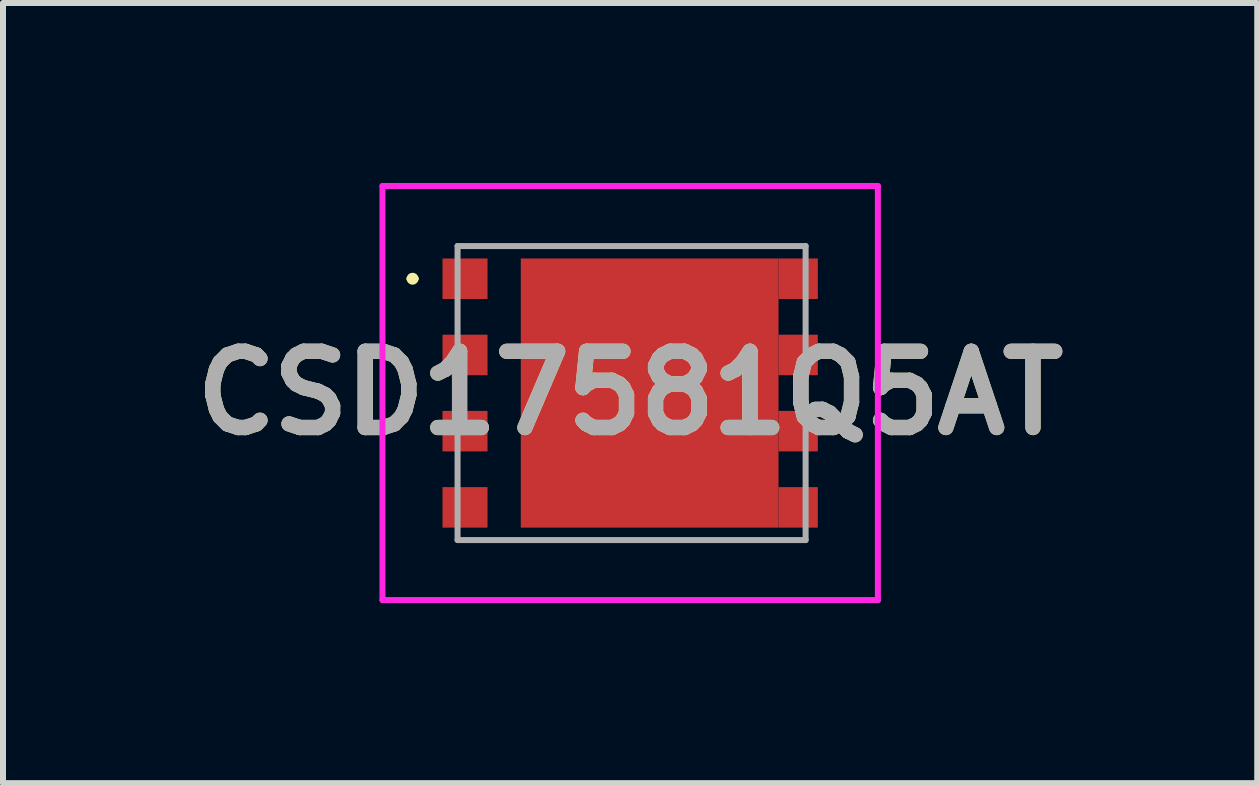
<source format=kicad_pcb>
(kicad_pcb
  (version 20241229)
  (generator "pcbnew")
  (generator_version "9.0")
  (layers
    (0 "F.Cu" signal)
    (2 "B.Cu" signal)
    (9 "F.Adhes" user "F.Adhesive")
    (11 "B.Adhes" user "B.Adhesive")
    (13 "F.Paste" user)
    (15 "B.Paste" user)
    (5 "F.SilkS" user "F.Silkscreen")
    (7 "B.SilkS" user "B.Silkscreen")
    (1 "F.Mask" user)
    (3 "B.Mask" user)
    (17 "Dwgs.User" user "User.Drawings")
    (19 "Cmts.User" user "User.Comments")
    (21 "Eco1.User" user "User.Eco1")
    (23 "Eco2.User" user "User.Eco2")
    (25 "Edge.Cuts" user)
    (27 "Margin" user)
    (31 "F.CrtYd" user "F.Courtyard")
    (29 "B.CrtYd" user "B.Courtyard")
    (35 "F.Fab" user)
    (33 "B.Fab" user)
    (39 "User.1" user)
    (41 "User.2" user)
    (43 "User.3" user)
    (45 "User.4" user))
  (footprint "CSD17581Q5AT"
    (layer "F.Cu")
    (at 7.475 3.5)
    (property "Reference" "CSD17581Q5AT" (at -0.024 0 0) (layer "F.SilkS") (effects (font (size 1.27 1.27) (thickness 0.254))))
    (attr smd)
    (fp_line (start -3.7 -1.905) (end -3.7 -1.905) (stroke (width 0.1) (type solid)) (layer "F.SilkS"))
    (fp_line (start -3.6 -1.905) (end -3.6 -1.905) (stroke (width 0.1) (type solid)) (layer "F.SilkS"))
    (fp_arc (start -3.7 -1.905) (mid -3.65 -1.955) (end -3.6 -1.905) (stroke (width 0.1) (type solid)) (layer "F.SilkS"))
    (fp_arc (start -3.6 -1.905) (mid -3.65 -1.855) (end -3.7 -1.905) (stroke (width 0.1) (type solid)) (layer "F.SilkS"))
    (fp_line (start -4.151 -3.45) (end 4.104 -3.45) (stroke (width 0.1) (type solid)) (layer "F.CrtYd"))
    (fp_line (start -4.151 3.45) (end -4.151 -3.45) (stroke (width 0.1) (type solid)) (layer "F.CrtYd"))
    (fp_line (start 4.104 -3.45) (end 4.104 3.45) (stroke (width 0.1) (type solid)) (layer "F.CrtYd"))
    (fp_line (start 4.104 3.45) (end -4.151 3.45) (stroke (width 0.1) (type solid)) (layer "F.CrtYd"))
    (fp_line (start -2.9 -2.45) (end 2.9 -2.45) (stroke (width 0.1) (type solid)) (layer "F.Fab"))
    (fp_line (start -2.9 2.45) (end -2.9 -2.45) (stroke (width 0.1) (type solid)) (layer "F.Fab"))
    (fp_line (start 2.9 -2.45) (end 2.9 2.45) (stroke (width 0.1) (type solid)) (layer "F.Fab"))
    (fp_line (start 2.9 2.45) (end -2.9 2.45) (stroke (width 0.1) (type solid)) (layer "F.Fab"))
    (fp_text user "${REFERENCE}" (at -0.024 0 0) (layer "F.Fab") (effects (font (size 1.27 1.27) (thickness 0.254))))
    (pad "1" smd rect (at -2.776 -1.905 90) (size 0.675 0.75) (layers "F.Cu" "F.Mask" "F.Paste"))
    (pad "2" smd rect (at -2.776 -0.635 90) (size 0.675 0.75) (layers "F.Cu" "F.Mask" "F.Paste"))
    (pad "3" smd rect (at -2.776 0.635 90) (size 0.675 0.75) (layers "F.Cu" "F.Mask" "F.Paste"))
    (pad "4" smd rect (at -2.776 1.905 90) (size 0.675 0.75) (layers "F.Cu" "F.Mask" "F.Paste"))
    (pad "5" smd rect (at 2.776 1.905) (size 0.655 0.675) (layers "F.Cu" "F.Mask" "F.Paste"))
    (pad "6" smd rect (at 2.776 0.635) (size 0.655 0.675) (layers "F.Cu" "F.Mask" "F.Paste"))
    (pad "7" smd rect (at 2.776 -0.635) (size 0.655 0.675) (layers "F.Cu" "F.Mask" "F.Paste"))
    (pad "8" smd rect (at 2.776 -1.905) (size 0.655 0.675) (layers "F.Cu" "F.Mask" "F.Paste"))
    (pad "9" smd rect (at 0.301 0) (size 4.295 4.485) (layers "F.Cu" "F.Mask" "F.Paste")))
  (gr_rect
    (start -3 -3)
    (end 17.901 10)
    (stroke (width 0.1) (type default))
    (fill no)
    (layer "Edge.Cuts")))
</source>
